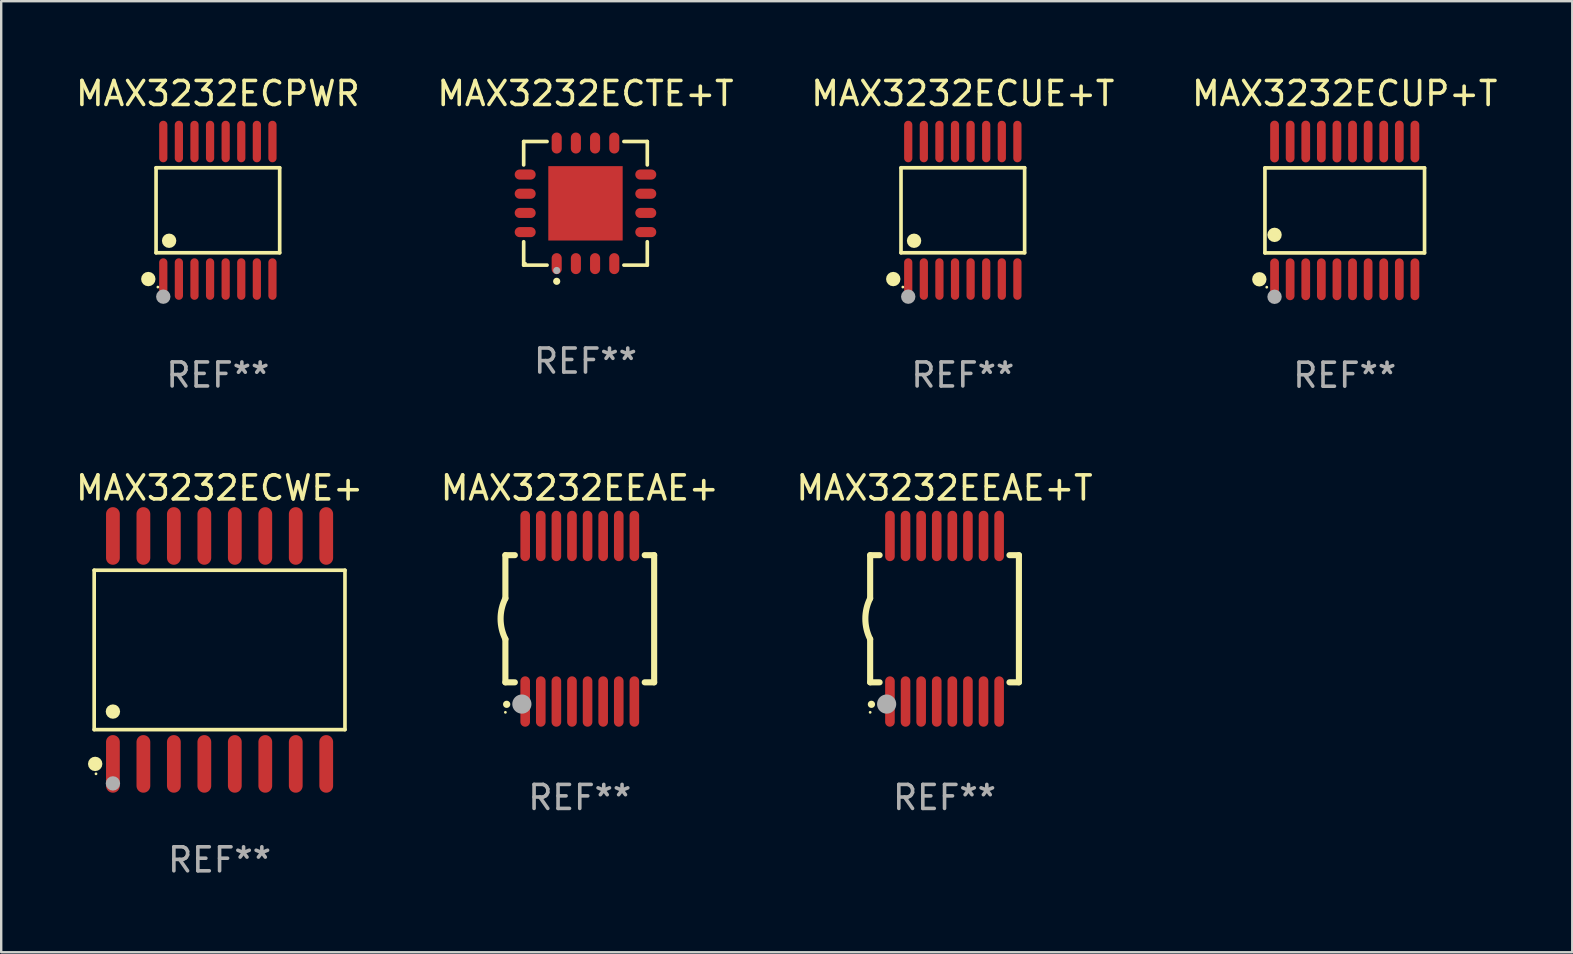
<source format=kicad_pcb>
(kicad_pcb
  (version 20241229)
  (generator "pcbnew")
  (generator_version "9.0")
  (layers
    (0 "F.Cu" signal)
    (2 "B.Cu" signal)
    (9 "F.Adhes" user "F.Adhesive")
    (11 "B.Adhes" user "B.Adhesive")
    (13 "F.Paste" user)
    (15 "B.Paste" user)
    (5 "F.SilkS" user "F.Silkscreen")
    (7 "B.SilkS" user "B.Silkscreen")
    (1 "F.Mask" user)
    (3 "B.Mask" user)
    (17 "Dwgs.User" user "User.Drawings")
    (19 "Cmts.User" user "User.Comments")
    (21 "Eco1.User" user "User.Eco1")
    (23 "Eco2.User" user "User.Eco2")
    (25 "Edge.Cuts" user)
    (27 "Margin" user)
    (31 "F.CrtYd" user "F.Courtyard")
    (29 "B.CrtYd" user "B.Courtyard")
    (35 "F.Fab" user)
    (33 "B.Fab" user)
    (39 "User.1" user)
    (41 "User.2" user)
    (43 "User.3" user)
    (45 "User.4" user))
  (footprint "MAX3232ECUE+T"
    (layer "F.Cu")
    (at 37.077 5.714)
    (property "Reference" "MAX3232ECUE+T" (at 0 -4.866 0) (layer "F.SilkS") (effects (font (size 1 1) (thickness 0.15))))
    (attr through_hole)
    (fp_line (start -2.576 -1.772) (end 2.576 -1.772) (stroke (width 0.152) (type solid)) (layer "F.SilkS"))
    (fp_line (start -2.576 1.771) (end -2.576 -1.772) (stroke (width 0.152) (type solid)) (layer "F.SilkS"))
    (fp_line (start 2.576 -1.772) (end 2.576 1.771) (stroke (width 0.152) (type solid)) (layer "F.SilkS"))
    (fp_line (start 2.576 1.771) (end -2.576 1.771) (stroke (width 0.152) (type solid)) (layer "F.SilkS"))
    (fp_circle (center -2.899 2.866) (end -2.749 2.866) (stroke (width 0.3) (type solid)) (fill no) (layer "F.SilkS"))
    (fp_circle (center -2.5 3.2) (end -2.47 3.2) (stroke (width 0.06) (type solid)) (fill no) (layer "F.SilkS"))
    (fp_circle (center -2.032 1.27) (end -1.882 1.27) (stroke (width 0.3) (type solid)) (fill no) (layer "F.SilkS"))
    (fp_circle (center -2.275 3.6) (end -2.125 3.6) (stroke (width 0.3) (type solid)) (fill no) (layer "F.Fab"))
    (fp_text user "REF**" (at 0 6.866 0) (layer "F.Fab") (effects (font (size 1 1) (thickness 0.15))))
    (pad "1" smd oval (at -2.275 2.866) (size 0.343 1.731) (layers "F.Cu" "F.Mask" "F.Paste"))
    (pad "2" smd oval (at -1.625 2.866) (size 0.343 1.731) (layers "F.Cu" "F.Mask" "F.Paste"))
    (pad "3" smd oval (at -0.975 2.866) (size 0.343 1.731) (layers "F.Cu" "F.Mask" "F.Paste"))
    (pad "4" smd oval (at -0.325 2.866) (size 0.343 1.731) (layers "F.Cu" "F.Mask" "F.Paste"))
    (pad "5" smd oval (at 0.325 2.866) (size 0.343 1.731) (layers "F.Cu" "F.Mask" "F.Paste"))
    (pad "6" smd oval (at 0.975 2.866) (size 0.343 1.731) (layers "F.Cu" "F.Mask" "F.Paste"))
    (pad "7" smd oval (at 1.625 2.866) (size 0.343 1.731) (layers "F.Cu" "F.Mask" "F.Paste"))
    (pad "8" smd oval (at 2.275 2.866) (size 0.343 1.731) (layers "F.Cu" "F.Mask" "F.Paste"))
    (pad "9" smd oval (at 2.275 -2.866) (size 0.343 1.731) (layers "F.Cu" "F.Mask" "F.Paste"))
    (pad "10" smd oval (at 1.625 -2.866) (size 0.343 1.731) (layers "F.Cu" "F.Mask" "F.Paste"))
    (pad "11" smd oval (at 0.975 -2.866) (size 0.343 1.731) (layers "F.Cu" "F.Mask" "F.Paste"))
    (pad "12" smd oval (at 0.325 -2.866) (size 0.343 1.731) (layers "F.Cu" "F.Mask" "F.Paste"))
    (pad "13" smd oval (at -0.325 -2.866) (size 0.343 1.731) (layers "F.Cu" "F.Mask" "F.Paste"))
    (pad "14" smd oval (at -0.975 -2.866) (size 0.343 1.731) (layers "F.Cu" "F.Mask" "F.Paste"))
    (pad "15" smd oval (at -1.625 -2.866) (size 0.343 1.731) (layers "F.Cu" "F.Mask" "F.Paste"))
    (pad "16" smd oval (at -2.275 -2.866) (size 0.343 1.731) (layers "F.Cu" "F.Mask" "F.Paste")))
  (footprint "MAX3232EEAE+T"
    (layer "F.Cu")
    (at 36.315 22.737)
    (property "Reference" "MAX3232EEAE+T" (at 0 -5.45 0) (layer "F.SilkS") (effects (font (size 1 1) (thickness 0.15))))
    (attr through_hole)
    (fp_line (start -3.1 -2.65) (end -3.1 -0.85) (stroke (width 0.254) (type solid)) (layer "F.SilkS"))
    (fp_line (start -3.1 -2.65) (end -2.706 -2.65) (stroke (width 0.254) (type solid)) (layer "F.SilkS"))
    (fp_line (start -3.1 2.65) (end -3.1 0.85) (stroke (width 0.254) (type solid)) (layer "F.SilkS"))
    (fp_line (start -3.1 2.65) (end -2.706 2.65) (stroke (width 0.254) (type solid)) (layer "F.SilkS"))
    (fp_line (start 2.706 -2.65) (end 3.1 -2.65) (stroke (width 0.254) (type solid)) (layer "F.SilkS"))
    (fp_line (start 2.706 2.65) (end 3.1 2.65) (stroke (width 0.254) (type solid)) (layer "F.SilkS"))
    (fp_line (start 3.1 -2.65) (end 3.1 2.65) (stroke (width 0.254) (type solid)) (layer "F.SilkS"))
    (fp_arc (start -3.098907 0.850902) (mid -3.300057 0.000523) (end -3.1 -0.850114) (stroke (width 0.254001) (type solid)) (layer "F.SilkS"))
    (fp_arc (start -3.048006 3.566066) (mid -3.046736 3.566061) (end -3.045466 3.566066) (stroke (width 0.3) (type solid)) (layer "F.SilkS"))
    (fp_circle (center -3.1 3.9) (end -3.07 3.9) (stroke (width 0.06) (type solid)) (fill no) (layer "F.SilkS"))
    (fp_circle (center -2.413 3.556) (end -2.213 3.556) (stroke (width 0.4) (type solid)) (fill no) (layer "F.Fab"))
    (fp_text user "REF**" (at 0 7.45 0) (layer "F.Fab") (effects (font (size 1 1) (thickness 0.15))))
    (pad "1" smd oval (at -2.275 3.45 180) (size 0.4 2.1) (layers "F.Cu" "F.Mask" "F.Paste"))
    (pad "2" smd oval (at -1.625 3.45 180) (size 0.4 2.1) (layers "F.Cu" "F.Mask" "F.Paste"))
    (pad "3" smd oval (at -0.975 3.45 180) (size 0.4 2.1) (layers "F.Cu" "F.Mask" "F.Paste"))
    (pad "4" smd oval (at -0.325 3.45 180) (size 0.4 2.1) (layers "F.Cu" "F.Mask" "F.Paste"))
    (pad "5" smd oval (at 0.325 3.45 180) (size 0.4 2.1) (layers "F.Cu" "F.Mask" "F.Paste"))
    (pad "6" smd oval (at 0.975 3.45 180) (size 0.4 2.1) (layers "F.Cu" "F.Mask" "F.Paste"))
    (pad "7" smd oval (at 1.625 3.45 180) (size 0.4 2.1) (layers "F.Cu" "F.Mask" "F.Paste"))
    (pad "8" smd oval (at 2.275 3.45 180) (size 0.4 2.1) (layers "F.Cu" "F.Mask" "F.Paste"))
    (pad "9" smd oval (at 2.275 -3.45 180) (size 0.4 2.1) (layers "F.Cu" "F.Mask" "F.Paste"))
    (pad "10" smd oval (at 1.625 -3.45 180) (size 0.4 2.1) (layers "F.Cu" "F.Mask" "F.Paste"))
    (pad "11" smd oval (at 0.975 -3.45 180) (size 0.4 2.1) (layers "F.Cu" "F.Mask" "F.Paste"))
    (pad "12" smd oval (at 0.325 -3.45 180) (size 0.4 2.1) (layers "F.Cu" "F.Mask" "F.Paste"))
    (pad "13" smd oval (at -0.325 -3.45 180) (size 0.4 2.1) (layers "F.Cu" "F.Mask" "F.Paste"))
    (pad "14" smd oval (at -0.975 -3.45 180) (size 0.4 2.1) (layers "F.Cu" "F.Mask" "F.Paste"))
    (pad "15" smd oval (at -1.625 -3.45 180) (size 0.4 2.1) (layers "F.Cu" "F.Mask" "F.Paste"))
    (pad "16" smd oval (at -2.275 -3.45 180) (size 0.4 2.1) (layers "F.Cu" "F.Mask" "F.Paste")))
  (footprint "MAX3232ECTE+T"
    (layer "F.Cu")
    (at 21.351 5.424)
    (property "Reference" "MAX3232ECTE+T" (at 0 -4.576 0) (layer "F.SilkS") (effects (font (size 1 1) (thickness 0.15))))
    (attr through_hole)
    (fp_line (start -2.576 -2.576) (end -1.601 -2.576) (stroke (width 0.152) (type solid)) (layer "F.SilkS"))
    (fp_line (start -2.576 -1.601) (end -2.576 -2.576) (stroke (width 0.152) (type solid)) (layer "F.SilkS"))
    (fp_line (start -2.576 1.601) (end -2.576 2.576) (stroke (width 0.152) (type solid)) (layer "F.SilkS"))
    (fp_line (start -2.576 2.576) (end -1.601 2.576) (stroke (width 0.152) (type solid)) (layer "F.SilkS"))
    (fp_line (start 2.576 -2.576) (end 1.601 -2.576) (stroke (width 0.152) (type solid)) (layer "F.SilkS"))
    (fp_line (start 2.576 -1.601) (end 2.576 -2.576) (stroke (width 0.152) (type solid)) (layer "F.SilkS"))
    (fp_line (start 2.576 1.601) (end 2.576 2.576) (stroke (width 0.152) (type solid)) (layer "F.SilkS"))
    (fp_line (start 2.576 2.576) (end 1.601 2.576) (stroke (width 0.152) (type solid)) (layer "F.SilkS"))
    (fp_circle (center -2.5 2.5) (end -2.47 2.5) (stroke (width 0.06) (type solid)) (fill no) (layer "F.SilkS"))
    (fp_circle (center -1.2 3.25) (end -1.125 3.25) (stroke (width 0.15) (type solid)) (fill no) (layer "F.SilkS"))
    (fp_circle (center -1.2 2.8) (end -1.125 2.8) (stroke (width 0.15) (type solid)) (fill no) (layer "F.Fab"))
    (fp_text user "REF**" (at 0 6.576 0) (layer "F.Fab") (effects (font (size 1 1) (thickness 0.15))))
    (pad "1" smd oval (at -1.2 2.513) (size 0.42 0.875) (layers "F.Cu" "F.Mask" "F.Paste"))
    (pad "2" smd oval (at -0.4 2.513) (size 0.42 0.875) (layers "F.Cu" "F.Mask" "F.Paste"))
    (pad "3" smd oval (at 0.4 2.513) (size 0.42 0.875) (layers "F.Cu" "F.Mask" "F.Paste"))
    (pad "4" smd oval (at 1.2 2.513) (size 0.42 0.875) (layers "F.Cu" "F.Mask" "F.Paste"))
    (pad "5" smd oval (at 2.513 1.2) (size 0.875 0.42) (layers "F.Cu" "F.Mask" "F.Paste"))
    (pad "6" smd oval (at 2.513 0.4) (size 0.875 0.42) (layers "F.Cu" "F.Mask" "F.Paste"))
    (pad "7" smd oval (at 2.513 -0.4) (size 0.875 0.42) (layers "F.Cu" "F.Mask" "F.Paste"))
    (pad "8" smd oval (at 2.513 -1.2) (size 0.875 0.42) (layers "F.Cu" "F.Mask" "F.Paste"))
    (pad "9" smd oval (at 1.2 -2.513) (size 0.42 0.875) (layers "F.Cu" "F.Mask" "F.Paste"))
    (pad "10" smd oval (at 0.4 -2.513) (size 0.42 0.875) (layers "F.Cu" "F.Mask" "F.Paste"))
    (pad "11" smd oval (at -0.4 -2.513) (size 0.42 0.875) (layers "F.Cu" "F.Mask" "F.Paste"))
    (pad "12" smd oval (at -1.2 -2.513) (size 0.42 0.875) (layers "F.Cu" "F.Mask" "F.Paste"))
    (pad "13" smd oval (at -2.513 -1.2) (size 0.875 0.42) (layers "F.Cu" "F.Mask" "F.Paste"))
    (pad "14" smd oval (at -2.513 -0.4) (size 0.875 0.42) (layers "F.Cu" "F.Mask" "F.Paste"))
    (pad "15" smd oval (at -2.513 0.4) (size 0.875 0.42) (layers "F.Cu" "F.Mask" "F.Paste"))
    (pad "16" smd oval (at -2.513 1.2) (size 0.875 0.42) (layers "F.Cu" "F.Mask" "F.Paste"))
    (pad "17" smd rect (at 0 0) (size 3.1 3.1) (layers "F.Cu" "F.Mask" "F.Paste")))
  (footprint "MAX3232ECUP+T"
    (layer "F.Cu")
    (at 52.994 5.719)
    (property "Reference" "MAX3232ECUP+T" (at 0 -4.871 0) (layer "F.SilkS") (effects (font (size 1 1) (thickness 0.15))))
    (attr through_hole)
    (fp_line (start -3.326 -1.771) (end 3.326 -1.771) (stroke (width 0.152) (type solid)) (layer "F.SilkS"))
    (fp_line (start -3.326 1.771) (end -3.326 -1.771) (stroke (width 0.152) (type solid)) (layer "F.SilkS"))
    (fp_line (start 3.326 -1.771) (end 3.326 1.771) (stroke (width 0.152) (type solid)) (layer "F.SilkS"))
    (fp_line (start 3.326 1.771) (end -3.326 1.771) (stroke (width 0.152) (type solid)) (layer "F.SilkS"))
    (fp_circle (center -3.559 2.871) (end -3.409 2.871) (stroke (width 0.3) (type solid)) (fill no) (layer "F.SilkS"))
    (fp_circle (center -3.25 3.2) (end -3.22 3.2) (stroke (width 0.06) (type solid)) (fill no) (layer "F.SilkS"))
    (fp_circle (center -2.925 1.019) (end -2.775 1.019) (stroke (width 0.3) (type solid)) (fill no) (layer "F.SilkS"))
    (fp_circle (center -2.925 3.6) (end -2.775 3.6) (stroke (width 0.3) (type solid)) (fill no) (layer "F.Fab"))
    (fp_text user "REF**" (at 0 6.871 0) (layer "F.Fab") (effects (font (size 1 1) (thickness 0.15))))
    (pad "1" smd oval (at -2.925 2.871) (size 0.364 1.742) (layers "F.Cu" "F.Mask" "F.Paste"))
    (pad "2" smd oval (at -2.275 2.871) (size 0.364 1.742) (layers "F.Cu" "F.Mask" "F.Paste"))
    (pad "3" smd oval (at -1.625 2.871) (size 0.364 1.742) (layers "F.Cu" "F.Mask" "F.Paste"))
    (pad "4" smd oval (at -0.975 2.871) (size 0.364 1.742) (layers "F.Cu" "F.Mask" "F.Paste"))
    (pad "5" smd oval (at -0.325 2.871) (size 0.364 1.742) (layers "F.Cu" "F.Mask" "F.Paste"))
    (pad "6" smd oval (at 0.325 2.871) (size 0.364 1.742) (layers "F.Cu" "F.Mask" "F.Paste"))
    (pad "7" smd oval (at 0.975 2.871) (size 0.364 1.742) (layers "F.Cu" "F.Mask" "F.Paste"))
    (pad "8" smd oval (at 1.625 2.871) (size 0.364 1.742) (layers "F.Cu" "F.Mask" "F.Paste"))
    (pad "9" smd oval (at 2.275 2.871) (size 0.364 1.742) (layers "F.Cu" "F.Mask" "F.Paste"))
    (pad "10" smd oval (at 2.925 2.871) (size 0.364 1.742) (layers "F.Cu" "F.Mask" "F.Paste"))
    (pad "11" smd oval (at 2.925 -2.871) (size 0.364 1.742) (layers "F.Cu" "F.Mask" "F.Paste"))
    (pad "12" smd oval (at 2.275 -2.871) (size 0.364 1.742) (layers "F.Cu" "F.Mask" "F.Paste"))
    (pad "13" smd oval (at 1.625 -2.871) (size 0.364 1.742) (layers "F.Cu" "F.Mask" "F.Paste"))
    (pad "14" smd oval (at 0.975 -2.871) (size 0.364 1.742) (layers "F.Cu" "F.Mask" "F.Paste"))
    (pad "15" smd oval (at 0.325 -2.871) (size 0.364 1.742) (layers "F.Cu" "F.Mask" "F.Paste"))
    (pad "16" smd oval (at -0.325 -2.871) (size 0.364 1.742) (layers "F.Cu" "F.Mask" "F.Paste"))
    (pad "17" smd oval (at -0.975 -2.871) (size 0.364 1.742) (layers "F.Cu" "F.Mask" "F.Paste"))
    (pad "18" smd oval (at -1.625 -2.871) (size 0.364 1.742) (layers "F.Cu" "F.Mask" "F.Paste"))
    (pad "19" smd oval (at -2.275 -2.871) (size 0.364 1.742) (layers "F.Cu" "F.Mask" "F.Paste"))
    (pad "20" smd oval (at -2.925 -2.871) (size 0.364 1.742) (layers "F.Cu" "F.Mask" "F.Paste")))
  (footprint "MAX3232ECWE+"
    (layer "F.Cu")
    (at 6.101 24.037)
    (property "Reference" "MAX3232ECWE+" (at 0 -6.75 0) (layer "F.SilkS") (effects (font (size 1 1) (thickness 0.15))))
    (attr through_hole)
    (fp_line (start -5.226 -3.321) (end 5.226 -3.321) (stroke (width 0.152) (type solid)) (layer "F.SilkS"))
    (fp_line (start -5.226 3.321) (end -5.226 -3.321) (stroke (width 0.152) (type solid)) (layer "F.SilkS"))
    (fp_line (start 5.226 -3.321) (end 5.226 3.321) (stroke (width 0.152) (type solid)) (layer "F.SilkS"))
    (fp_line (start 5.226 3.321) (end -5.226 3.321) (stroke (width 0.152) (type solid)) (layer "F.SilkS"))
    (fp_circle (center -5.184 4.75) (end -5.034 4.75) (stroke (width 0.3) (type solid)) (fill no) (layer "F.SilkS"))
    (fp_circle (center -5.15 5.163) (end -5.12 5.163) (stroke (width 0.06) (type solid)) (fill no) (layer "F.SilkS"))
    (fp_circle (center -4.445 2.569) (end -4.295 2.569) (stroke (width 0.3) (type solid)) (fill no) (layer "F.SilkS"))
    (fp_circle (center -4.445 5.563) (end -4.295 5.563) (stroke (width 0.3) (type solid)) (fill no) (layer "F.Fab"))
    (fp_text user "REF**" (at 0 8.75 0) (layer "F.Fab") (effects (font (size 1 1) (thickness 0.15))))
    (pad "1" smd oval (at -4.445 4.75) (size 0.574 2.401) (layers "F.Cu" "F.Mask" "F.Paste"))
    (pad "2" smd oval (at -3.175 4.75) (size 0.574 2.401) (layers "F.Cu" "F.Mask" "F.Paste"))
    (pad "3" smd oval (at -1.905 4.75) (size 0.574 2.401) (layers "F.Cu" "F.Mask" "F.Paste"))
    (pad "4" smd oval (at -0.635 4.75) (size 0.574 2.401) (layers "F.Cu" "F.Mask" "F.Paste"))
    (pad "5" smd oval (at 0.635 4.75) (size 0.574 2.401) (layers "F.Cu" "F.Mask" "F.Paste"))
    (pad "6" smd oval (at 1.905 4.75) (size 0.574 2.401) (layers "F.Cu" "F.Mask" "F.Paste"))
    (pad "7" smd oval (at 3.175 4.75) (size 0.574 2.401) (layers "F.Cu" "F.Mask" "F.Paste"))
    (pad "8" smd oval (at 4.445 4.75) (size 0.574 2.401) (layers "F.Cu" "F.Mask" "F.Paste"))
    (pad "9" smd oval (at 4.445 -4.75) (size 0.574 2.401) (layers "F.Cu" "F.Mask" "F.Paste"))
    (pad "10" smd oval (at 3.175 -4.75) (size 0.574 2.401) (layers "F.Cu" "F.Mask" "F.Paste"))
    (pad "11" smd oval (at 1.905 -4.75) (size 0.574 2.401) (layers "F.Cu" "F.Mask" "F.Paste"))
    (pad "12" smd oval (at 0.635 -4.75) (size 0.574 2.401) (layers "F.Cu" "F.Mask" "F.Paste"))
    (pad "13" smd oval (at -0.635 -4.75) (size 0.574 2.401) (layers "F.Cu" "F.Mask" "F.Paste"))
    (pad "14" smd oval (at -1.905 -4.75) (size 0.574 2.401) (layers "F.Cu" "F.Mask" "F.Paste"))
    (pad "15" smd oval (at -3.175 -4.75) (size 0.574 2.401) (layers "F.Cu" "F.Mask" "F.Paste"))
    (pad "16" smd oval (at -4.445 -4.75) (size 0.574 2.401) (layers "F.Cu" "F.Mask" "F.Paste")))
  (footprint "MAX3232EEAE+"
    (layer "F.Cu")
    (at 21.113 22.737)
    (property "Reference" "MAX3232EEAE+" (at 0 -5.45 0) (layer "F.SilkS") (effects (font (size 1 1) (thickness 0.15))))
    (attr through_hole)
    (fp_line (start -3.1 -2.65) (end -3.1 -0.85) (stroke (width 0.254) (type solid)) (layer "F.SilkS"))
    (fp_line (start -3.1 -2.65) (end -2.706 -2.65) (stroke (width 0.254) (type solid)) (layer "F.SilkS"))
    (fp_line (start -3.1 2.65) (end -3.1 0.85) (stroke (width 0.254) (type solid)) (layer "F.SilkS"))
    (fp_line (start -3.1 2.65) (end -2.706 2.65) (stroke (width 0.254) (type solid)) (layer "F.SilkS"))
    (fp_line (start 2.706 -2.65) (end 3.1 -2.65) (stroke (width 0.254) (type solid)) (layer "F.SilkS"))
    (fp_line (start 2.706 2.65) (end 3.1 2.65) (stroke (width 0.254) (type solid)) (layer "F.SilkS"))
    (fp_line (start 3.1 -2.65) (end 3.1 2.65) (stroke (width 0.254) (type solid)) (layer "F.SilkS"))
    (fp_arc (start -3.098907 0.850902) (mid -3.300057 0.000523) (end -3.1 -0.850114) (stroke (width 0.254001) (type solid)) (layer "F.SilkS"))
    (fp_arc (start -3.048006 3.566066) (mid -3.046736 3.566061) (end -3.045466 3.566066) (stroke (width 0.3) (type solid)) (layer "F.SilkS"))
    (fp_circle (center -3.1 3.9) (end -3.07 3.9) (stroke (width 0.06) (type solid)) (fill no) (layer "F.SilkS"))
    (fp_circle (center -2.413 3.556) (end -2.213 3.556) (stroke (width 0.4) (type solid)) (fill no) (layer "F.Fab"))
    (fp_text user "REF**" (at 0 7.45 0) (layer "F.Fab") (effects (font (size 1 1) (thickness 0.15))))
    (pad "1" smd oval (at -2.275 3.45 180) (size 0.4 2.1) (layers "F.Cu" "F.Mask" "F.Paste"))
    (pad "2" smd oval (at -1.625 3.45 180) (size 0.4 2.1) (layers "F.Cu" "F.Mask" "F.Paste"))
    (pad "3" smd oval (at -0.975 3.45 180) (size 0.4 2.1) (layers "F.Cu" "F.Mask" "F.Paste"))
    (pad "4" smd oval (at -0.325 3.45 180) (size 0.4 2.1) (layers "F.Cu" "F.Mask" "F.Paste"))
    (pad "5" smd oval (at 0.325 3.45 180) (size 0.4 2.1) (layers "F.Cu" "F.Mask" "F.Paste"))
    (pad "6" smd oval (at 0.975 3.45 180) (size 0.4 2.1) (layers "F.Cu" "F.Mask" "F.Paste"))
    (pad "7" smd oval (at 1.625 3.45 180) (size 0.4 2.1) (layers "F.Cu" "F.Mask" "F.Paste"))
    (pad "8" smd oval (at 2.275 3.45 180) (size 0.4 2.1) (layers "F.Cu" "F.Mask" "F.Paste"))
    (pad "9" smd oval (at 2.275 -3.45 180) (size 0.4 2.1) (layers "F.Cu" "F.Mask" "F.Paste"))
    (pad "10" smd oval (at 1.625 -3.45 180) (size 0.4 2.1) (layers "F.Cu" "F.Mask" "F.Paste"))
    (pad "11" smd oval (at 0.975 -3.45 180) (size 0.4 2.1) (layers "F.Cu" "F.Mask" "F.Paste"))
    (pad "12" smd oval (at 0.325 -3.45 180) (size 0.4 2.1) (layers "F.Cu" "F.Mask" "F.Paste"))
    (pad "13" smd oval (at -0.325 -3.45 180) (size 0.4 2.1) (layers "F.Cu" "F.Mask" "F.Paste"))
    (pad "14" smd oval (at -0.975 -3.45 180) (size 0.4 2.1) (layers "F.Cu" "F.Mask" "F.Paste"))
    (pad "15" smd oval (at -1.625 -3.45 180) (size 0.4 2.1) (layers "F.Cu" "F.Mask" "F.Paste"))
    (pad "16" smd oval (at -2.275 -3.45 180) (size 0.4 2.1) (layers "F.Cu" "F.Mask" "F.Paste")))
  (footprint "MAX3232ECPWR"
    (layer "F.Cu")
    (at 6.03 5.714)
    (property "Reference" "MAX3232ECPWR" (at 0 -4.866 0) (layer "F.SilkS") (effects (font (size 1 1) (thickness 0.15))))
    (attr through_hole)
    (fp_line (start -2.576 -1.772) (end 2.576 -1.772) (stroke (width 0.152) (type solid)) (layer "F.SilkS"))
    (fp_line (start -2.576 1.771) (end -2.576 -1.772) (stroke (width 0.152) (type solid)) (layer "F.SilkS"))
    (fp_line (start 2.576 -1.772) (end 2.576 1.771) (stroke (width 0.152) (type solid)) (layer "F.SilkS"))
    (fp_line (start 2.576 1.771) (end -2.576 1.771) (stroke (width 0.152) (type solid)) (layer "F.SilkS"))
    (fp_circle (center -2.899 2.866) (end -2.749 2.866) (stroke (width 0.3) (type solid)) (fill no) (layer "F.SilkS"))
    (fp_circle (center -2.5 3.2) (end -2.47 3.2) (stroke (width 0.06) (type solid)) (fill no) (layer "F.SilkS"))
    (fp_circle (center -2.032 1.27) (end -1.882 1.27) (stroke (width 0.3) (type solid)) (fill no) (layer "F.SilkS"))
    (fp_circle (center -2.275 3.6) (end -2.125 3.6) (stroke (width 0.3) (type solid)) (fill no) (layer "F.Fab"))
    (fp_text user "REF**" (at 0 6.866 0) (layer "F.Fab") (effects (font (size 1 1) (thickness 0.15))))
    (pad "1" smd oval (at -2.275 2.866) (size 0.343 1.731) (layers "F.Cu" "F.Mask" "F.Paste"))
    (pad "2" smd oval (at -1.625 2.866) (size 0.343 1.731) (layers "F.Cu" "F.Mask" "F.Paste"))
    (pad "3" smd oval (at -0.975 2.866) (size 0.343 1.731) (layers "F.Cu" "F.Mask" "F.Paste"))
    (pad "4" smd oval (at -0.325 2.866) (size 0.343 1.731) (layers "F.Cu" "F.Mask" "F.Paste"))
    (pad "5" smd oval (at 0.325 2.866) (size 0.343 1.731) (layers "F.Cu" "F.Mask" "F.Paste"))
    (pad "6" smd oval (at 0.975 2.866) (size 0.343 1.731) (layers "F.Cu" "F.Mask" "F.Paste"))
    (pad "7" smd oval (at 1.625 2.866) (size 0.343 1.731) (layers "F.Cu" "F.Mask" "F.Paste"))
    (pad "8" smd oval (at 2.275 2.866) (size 0.343 1.731) (layers "F.Cu" "F.Mask" "F.Paste"))
    (pad "9" smd oval (at 2.275 -2.866) (size 0.343 1.731) (layers "F.Cu" "F.Mask" "F.Paste"))
    (pad "10" smd oval (at 1.625 -2.866) (size 0.343 1.731) (layers "F.Cu" "F.Mask" "F.Paste"))
    (pad "11" smd oval (at 0.975 -2.866) (size 0.343 1.731) (layers "F.Cu" "F.Mask" "F.Paste"))
    (pad "12" smd oval (at 0.325 -2.866) (size 0.343 1.731) (layers "F.Cu" "F.Mask" "F.Paste"))
    (pad "13" smd oval (at -0.325 -2.866) (size 0.343 1.731) (layers "F.Cu" "F.Mask" "F.Paste"))
    (pad "14" smd oval (at -0.975 -2.866) (size 0.343 1.731) (layers "F.Cu" "F.Mask" "F.Paste"))
    (pad "15" smd oval (at -1.625 -2.866) (size 0.343 1.731) (layers "F.Cu" "F.Mask" "F.Paste"))
    (pad "16" smd oval (at -2.275 -2.866) (size 0.343 1.731) (layers "F.Cu" "F.Mask" "F.Paste")))
  (gr_rect
    (start -3 -3)
    (end 62.476 36.636)
    (stroke (width 0.1) (type default))
    (fill no)
    (layer "Edge.Cuts")))
</source>
